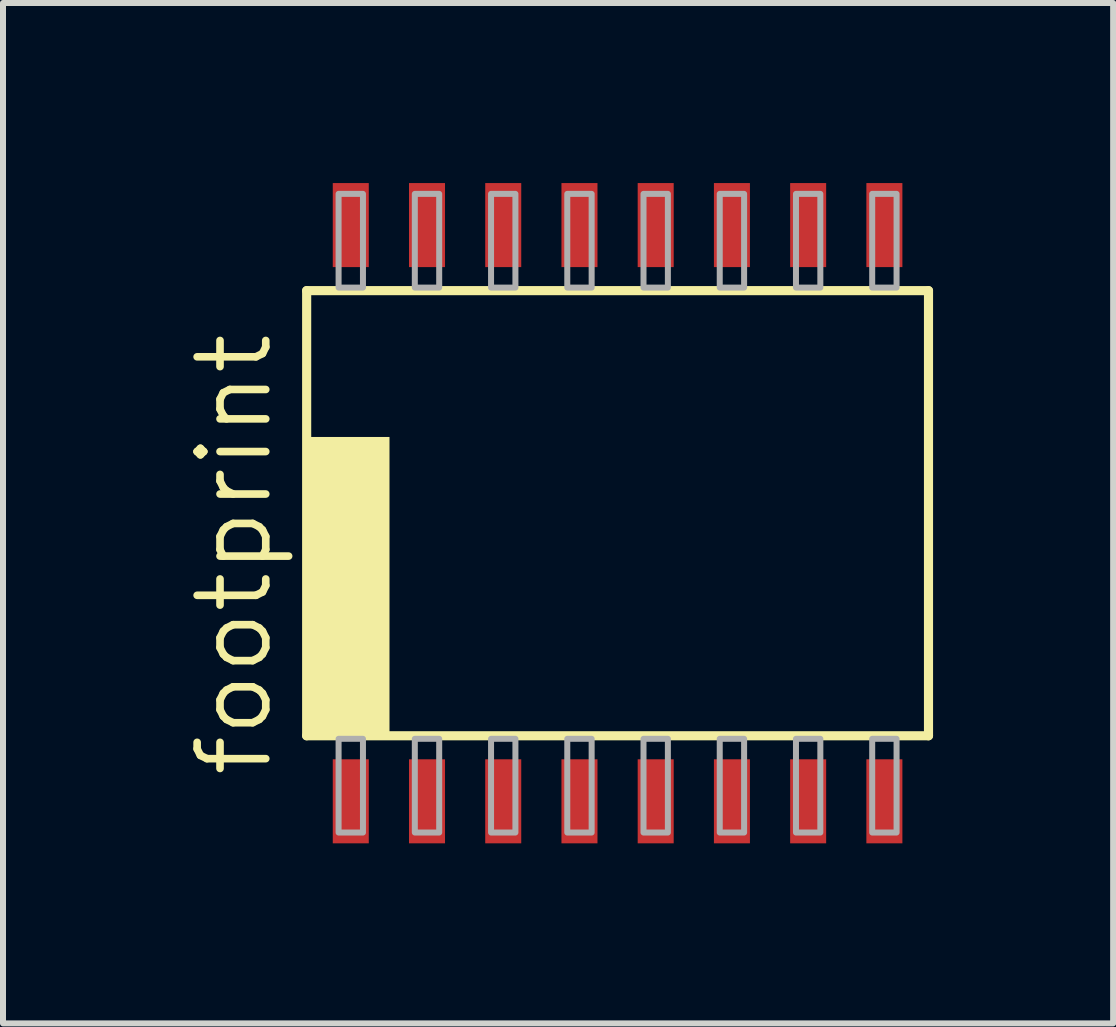
<source format=kicad_pcb>
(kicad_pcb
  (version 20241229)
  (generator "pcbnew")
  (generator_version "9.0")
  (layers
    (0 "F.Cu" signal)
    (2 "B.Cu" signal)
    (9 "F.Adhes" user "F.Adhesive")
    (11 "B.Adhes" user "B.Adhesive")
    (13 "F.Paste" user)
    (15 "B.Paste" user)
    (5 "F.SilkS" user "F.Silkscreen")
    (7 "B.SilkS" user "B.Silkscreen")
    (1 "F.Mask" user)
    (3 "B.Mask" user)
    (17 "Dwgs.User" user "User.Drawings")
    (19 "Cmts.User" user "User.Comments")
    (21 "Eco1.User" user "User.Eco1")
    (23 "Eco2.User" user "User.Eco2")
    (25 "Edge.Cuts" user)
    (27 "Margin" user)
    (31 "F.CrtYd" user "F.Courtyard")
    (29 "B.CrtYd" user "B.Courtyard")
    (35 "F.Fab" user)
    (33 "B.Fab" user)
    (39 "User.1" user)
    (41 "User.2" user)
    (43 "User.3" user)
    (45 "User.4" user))
  (footprint "footprint"
    (layer "F.Cu")
    (at 7.239 5.5)
    (property "Reference" "footprint" (at -5.715 4.445 90) (layer "F.SilkS") (effects (font (size 1.143 1.143) (thickness 0.127)) (justify left bottom)))
    (fp_line (start -5.18 -3.708) (end -5.18 3.708) (stroke (width 0.152) (type solid)) (layer "F.SilkS"))
    (fp_line (start -5.18 3.708) (end 5.18 3.708) (stroke (width 0.152) (type solid)) (layer "F.SilkS"))
    (fp_line (start 5.18 -3.708) (end -5.18 -3.708) (stroke (width 0.152) (type solid)) (layer "F.SilkS"))
    (fp_line (start 5.18 3.708) (end 5.18 -3.708) (stroke (width 0.152) (type solid)) (layer "F.SilkS"))
    (fp_poly (pts (xy -5.175 3.675) (xy -3.8 3.675) (xy -3.8 -1.27) (xy -5.175 -1.27)) (stroke (width 0) (type solid)) (fill yes) (layer "F.SilkS"))
    (fp_poly (pts (xy -4.648 5.32) (xy -4.242 5.32) (xy -4.242 3.759) (xy -4.648 3.759)) (stroke (width 0.1) (type solid)) (fill no) (layer "F.Fab"))
    (fp_poly (pts (xy -4.242 -5.32) (xy -4.648 -5.32) (xy -4.648 -3.759) (xy -4.242 -3.759)) (stroke (width 0.1) (type solid)) (fill no) (layer "F.Fab"))
    (fp_poly (pts (xy -3.378 5.32) (xy -2.972 5.32) (xy -2.972 3.759) (xy -3.378 3.759)) (stroke (width 0.1) (type solid)) (fill no) (layer "F.Fab"))
    (fp_poly (pts (xy -2.972 -5.32) (xy -3.378 -5.32) (xy -3.378 -3.759) (xy -2.972 -3.759)) (stroke (width 0.1) (type solid)) (fill no) (layer "F.Fab"))
    (fp_poly (pts (xy -2.108 5.32) (xy -1.702 5.32) (xy -1.702 3.759) (xy -2.108 3.759)) (stroke (width 0.1) (type solid)) (fill no) (layer "F.Fab"))
    (fp_poly (pts (xy -1.702 -5.32) (xy -2.108 -5.32) (xy -2.108 -3.759) (xy -1.702 -3.759)) (stroke (width 0.1) (type solid)) (fill no) (layer "F.Fab"))
    (fp_poly (pts (xy -0.838 5.32) (xy -0.432 5.32) (xy -0.432 3.759) (xy -0.838 3.759)) (stroke (width 0.1) (type solid)) (fill no) (layer "F.Fab"))
    (fp_poly (pts (xy -0.432 -5.32) (xy -0.838 -5.32) (xy -0.838 -3.759) (xy -0.432 -3.759)) (stroke (width 0.1) (type solid)) (fill no) (layer "F.Fab"))
    (fp_poly (pts (xy 0.432 5.32) (xy 0.838 5.32) (xy 0.838 3.759) (xy 0.432 3.759)) (stroke (width 0.1) (type solid)) (fill no) (layer "F.Fab"))
    (fp_poly (pts (xy 0.838 -5.32) (xy 0.432 -5.32) (xy 0.432 -3.759) (xy 0.838 -3.759)) (stroke (width 0.1) (type solid)) (fill no) (layer "F.Fab"))
    (fp_poly (pts (xy 1.702 5.32) (xy 2.108 5.32) (xy 2.108 3.759) (xy 1.702 3.759)) (stroke (width 0.1) (type solid)) (fill no) (layer "F.Fab"))
    (fp_poly (pts (xy 2.108 -5.32) (xy 1.702 -5.32) (xy 1.702 -3.759) (xy 2.108 -3.759)) (stroke (width 0.1) (type solid)) (fill no) (layer "F.Fab"))
    (fp_poly (pts (xy 2.972 5.32) (xy 3.378 5.32) (xy 3.378 3.759) (xy 2.972 3.759)) (stroke (width 0.1) (type solid)) (fill no) (layer "F.Fab"))
    (fp_poly (pts (xy 3.378 -5.32) (xy 2.972 -5.32) (xy 2.972 -3.759) (xy 3.378 -3.759)) (stroke (width 0.1) (type solid)) (fill no) (layer "F.Fab"))
    (fp_poly (pts (xy 4.242 5.32) (xy 4.648 5.32) (xy 4.648 3.759) (xy 4.242 3.759)) (stroke (width 0.1) (type solid)) (fill no) (layer "F.Fab"))
    (fp_poly (pts (xy 4.648 -5.32) (xy 4.242 -5.32) (xy 4.242 -3.759) (xy 4.648 -3.759)) (stroke (width 0.1) (type solid)) (fill no) (layer "F.Fab"))
    (pad "1" smd rect (at -4.445 4.8) (size 0.6 1.4) (layers "F.Cu" "F.Mask" "F.Paste"))
    (pad "2" smd rect (at -3.175 4.8) (size 0.6 1.4) (layers "F.Cu" "F.Mask" "F.Paste"))
    (pad "3" smd rect (at -1.905 4.8) (size 0.6 1.4) (layers "F.Cu" "F.Mask" "F.Paste"))
    (pad "4" smd rect (at -0.635 4.8) (size 0.6 1.4) (layers "F.Cu" "F.Mask" "F.Paste"))
    (pad "5" smd rect (at 0.635 4.8) (size 0.6 1.4) (layers "F.Cu" "F.Mask" "F.Paste"))
    (pad "6" smd rect (at 1.905 4.8) (size 0.6 1.4) (layers "F.Cu" "F.Mask" "F.Paste"))
    (pad "7" smd rect (at 3.175 4.8) (size 0.6 1.4) (layers "F.Cu" "F.Mask" "F.Paste"))
    (pad "8" smd rect (at 4.445 4.8) (size 0.6 1.4) (layers "F.Cu" "F.Mask" "F.Paste"))
    (pad "9" smd rect (at 4.445 -4.8) (size 0.6 1.4) (layers "F.Cu" "F.Mask" "F.Paste"))
    (pad "10" smd rect (at 3.175 -4.8) (size 0.6 1.4) (layers "F.Cu" "F.Mask" "F.Paste"))
    (pad "11" smd rect (at 1.905 -4.8) (size 0.6 1.4) (layers "F.Cu" "F.Mask" "F.Paste"))
    (pad "12" smd rect (at 0.635 -4.8) (size 0.6 1.4) (layers "F.Cu" "F.Mask" "F.Paste"))
    (pad "13" smd rect (at -0.635 -4.8) (size 0.6 1.4) (layers "F.Cu" "F.Mask" "F.Paste"))
    (pad "14" smd rect (at -1.905 -4.8) (size 0.6 1.4) (layers "F.Cu" "F.Mask" "F.Paste"))
    (pad "15" smd rect (at -3.175 -4.8) (size 0.6 1.4) (layers "F.Cu" "F.Mask" "F.Paste"))
    (pad "16" smd rect (at -4.445 -4.8) (size 0.6 1.4) (layers "F.Cu" "F.Mask" "F.Paste")))
  (gr_rect
    (start -3 -3)
    (end 15.495 14)
    (stroke (width 0.1) (type default))
    (fill no)
    (layer "Edge.Cuts")))
</source>
